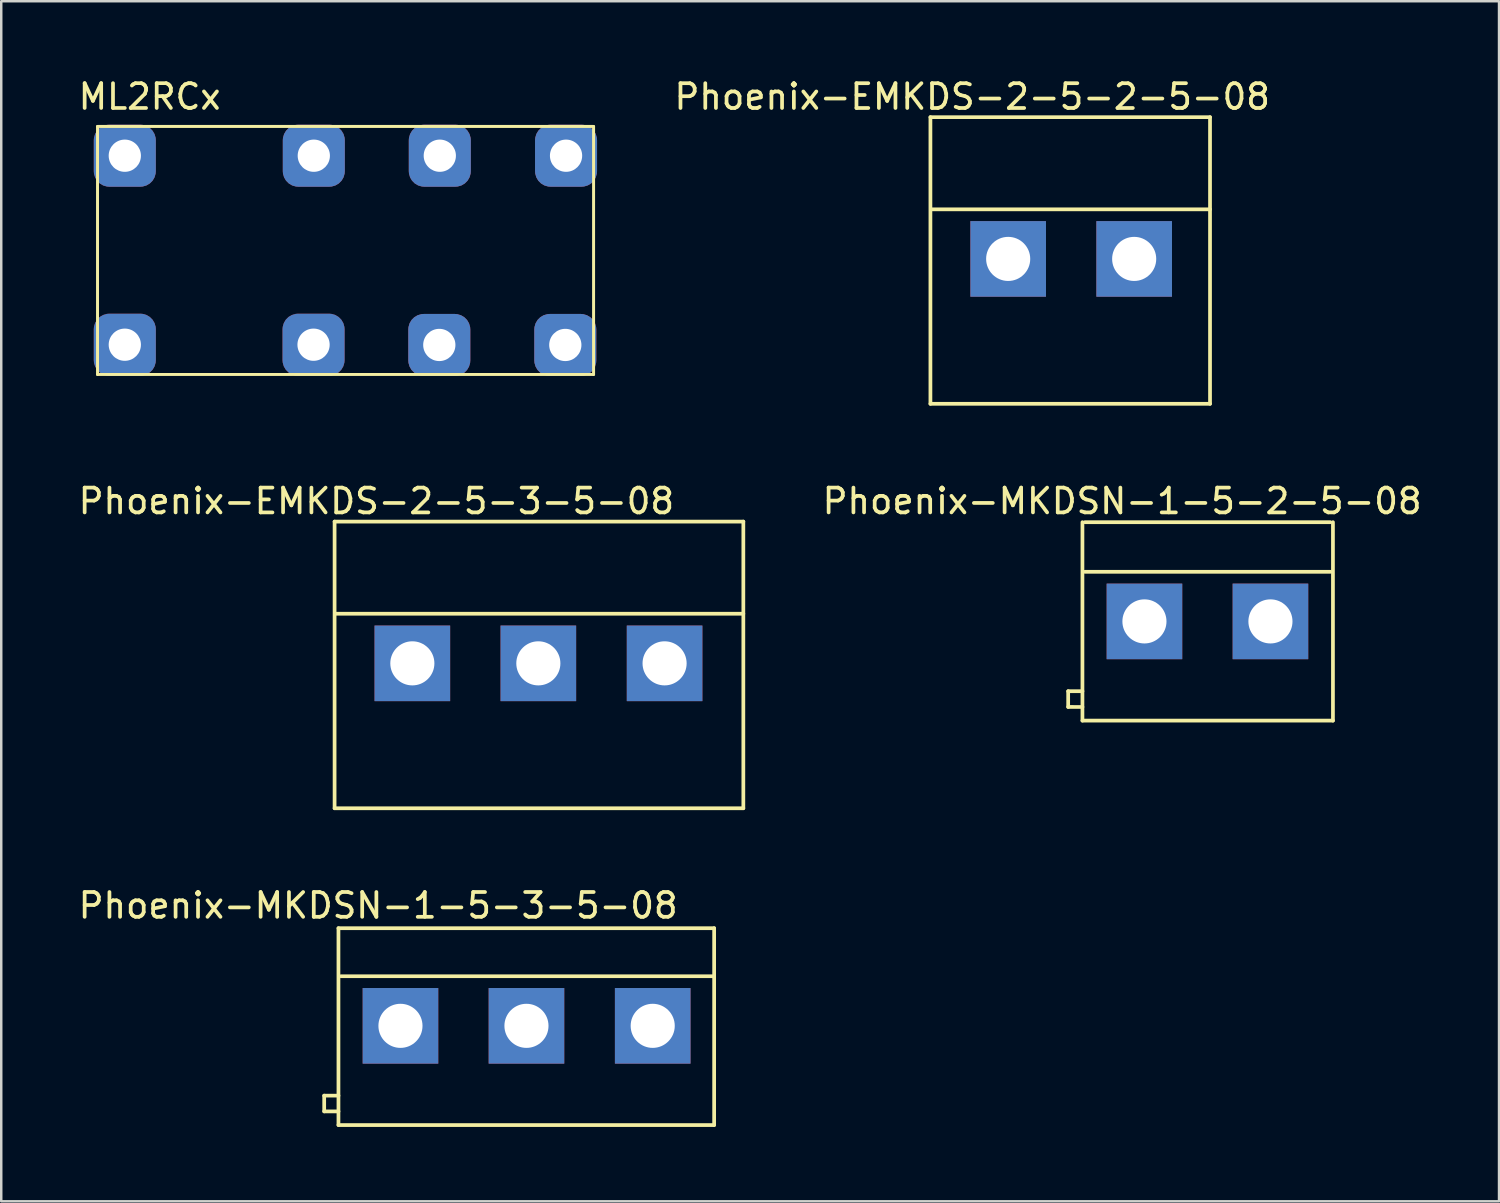
<source format=kicad_pcb>
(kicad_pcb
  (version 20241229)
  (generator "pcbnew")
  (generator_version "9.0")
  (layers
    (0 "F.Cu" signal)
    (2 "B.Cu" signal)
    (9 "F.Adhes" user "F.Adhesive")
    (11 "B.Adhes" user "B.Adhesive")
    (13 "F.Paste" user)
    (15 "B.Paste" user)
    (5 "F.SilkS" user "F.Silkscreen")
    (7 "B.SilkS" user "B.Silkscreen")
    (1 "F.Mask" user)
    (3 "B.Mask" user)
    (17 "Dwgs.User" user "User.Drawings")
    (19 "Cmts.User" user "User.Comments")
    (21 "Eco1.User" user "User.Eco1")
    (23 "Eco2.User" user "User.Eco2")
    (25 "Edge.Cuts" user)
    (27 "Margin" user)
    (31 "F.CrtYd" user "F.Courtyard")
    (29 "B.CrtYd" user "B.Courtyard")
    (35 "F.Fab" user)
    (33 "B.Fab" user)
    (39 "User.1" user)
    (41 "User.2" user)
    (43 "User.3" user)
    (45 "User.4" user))
  (footprint "Phoenix-MKDSN-1-5-3-5-08"
    (layer "F.Cu")
    (at 15.646 38.31)
    (property "Reference" "Phoenix-MKDSN-1-5-3-5-08" (at -3.45 -4.85 0) (layer "F.SilkS") (effects (font (size 1 1) (thickness 0.15))))
    (attr through_hole)
    (fp_line (start -5.625 2.814) (end -5.05 2.814) (stroke (width 0.15) (type solid)) (layer "F.SilkS"))
    (fp_line (start -5.625 3.449) (end -5.625 2.814) (stroke (width 0.15) (type solid)) (layer "F.SilkS"))
    (fp_line (start -5.05 -3.937) (end 10.097 -3.937) (stroke (width 0.15) (type solid)) (layer "F.SilkS"))
    (fp_line (start -5.05 3.45) (end -5.625 3.449) (stroke (width 0.15) (type solid)) (layer "F.SilkS"))
    (fp_line (start -5.05 4) (end -5.05 -3.937) (stroke (width 0.15) (type solid)) (layer "F.SilkS"))
    (fp_line (start -4.95 -2) (end 10.097 -2) (stroke (width 0.15) (type solid)) (layer "F.SilkS"))
    (fp_line (start 10.097 -3.937) (end 10.097 4) (stroke (width 0.15) (type solid)) (layer "F.SilkS"))
    (fp_line (start 10.097 4) (end -5.05 4) (stroke (width 0.15) (type solid)) (layer "F.SilkS"))
    (pad "1" thru_hole rect (at -2.55 0) (size 3.048 3.048) (drill 1.778) (layers "*.Cu" "*.Mask"))
    (pad "2" thru_hole rect (at 2.53 0) (size 3.048 3.048) (drill 1.778) (layers "*.Cu" "*.Mask"))
    (pad "3" thru_hole rect (at 7.62 0) (size 3.048 3.048) (drill 1.778) (layers "*.Cu" "*.Mask")))
  (footprint "ML2RCx"
    (layer "F.Cu")
    (at 10.982 7.048)
    (property "Reference" "ML2RCx" (at -8 -6.2 0) (layer "F.SilkS") (effects (font (size 1 1) (thickness 0.15))))
    (attr through_hole)
    (fp_line (start -10.1 -5) (end 9.9 -5) (stroke (width 0.12) (type solid)) (layer "F.SilkS"))
    (fp_line (start -10.1 5) (end -10.1 -5) (stroke (width 0.12) (type solid)) (layer "F.SilkS"))
    (fp_line (start 9.9 -5) (end 9.9 5) (stroke (width 0.12) (type solid)) (layer "F.SilkS"))
    (fp_line (start 9.9 5) (end -10.1 5) (stroke (width 0.12) (type solid)) (layer "F.SilkS"))
    (pad "1" thru_hole roundrect (at -9 -3.82) (size 2.5 2.5) (drill 1.3) (layers "*.Cu" "*.Mask") (roundrect_rratio 0.25))
    (pad "4" thru_hole roundrect (at 3.7 -3.82) (size 2.5 2.5) (drill 1.3) (layers "*.Cu" "*.Mask") (roundrect_rratio 0.25))
    (pad "5" thru_hole roundrect (at -1.38 -3.82) (size 2.5 2.5) (drill 1.3) (layers "*.Cu" "*.Mask") (roundrect_rratio 0.25))
    (pad "6" thru_hole roundrect (at 8.79 -3.82) (size 2.5 2.5) (drill 1.3) (layers "*.Cu" "*.Mask") (roundrect_rratio 0.25))
    (pad "7" thru_hole roundrect (at 8.76 3.81) (size 2.5 2.5) (drill 1.3) (layers "*.Cu" "*.Mask") (roundrect_rratio 0.25))
    (pad "8" thru_hole roundrect (at -1.39 3.8) (size 2.5 2.5) (drill 1.3) (layers "*.Cu" "*.Mask") (roundrect_rratio 0.25))
    (pad "9" thru_hole roundrect (at 3.68 3.81) (size 2.5 2.5) (drill 1.3) (layers "*.Cu" "*.Mask") (roundrect_rratio 0.25))
    (pad "12" thru_hole roundrect (at -9 3.8) (size 2.5 2.5) (drill 1.3) (layers "*.Cu" "*.Mask") (roundrect_rratio 0.25)))
  (footprint "Phoenix-EMKDS-2-5-3-5-08"
    (layer "F.Cu")
    (at 16.125 23.695)
    (property "Reference" "Phoenix-EMKDS-2-5-3-5-08" (at -4 -6.54 0) (layer "F.SilkS") (effects (font (size 1 1) (thickness 0.15))))
    (attr through_hole)
    (fp_line (start -5.685 -5.715) (end 10.795 -5.715) (stroke (width 0.15) (type solid)) (layer "F.SilkS"))
    (fp_line (start -5.685 5.842) (end -5.685 -5.715) (stroke (width 0.15) (type solid)) (layer "F.SilkS"))
    (fp_line (start -5.652 -2) (end 10.795 -2) (stroke (width 0.15) (type solid)) (layer "F.SilkS"))
    (fp_line (start 10.795 -5.715) (end 10.795 5.842) (stroke (width 0.15) (type solid)) (layer "F.SilkS"))
    (fp_line (start 10.795 5.842) (end -5.685 5.842) (stroke (width 0.15) (type solid)) (layer "F.SilkS"))
    (pad "1" thru_hole rect (at -2.55 0) (size 3.048 3.048) (drill 1.778) (layers "*.Cu" "*.Mask"))
    (pad "2" thru_hole rect (at 2.53 0) (size 3.048 3.048) (drill 1.778) (layers "*.Cu" "*.Mask"))
    (pad "3" thru_hole rect (at 7.62 0) (size 3.048 3.048) (drill 1.778) (layers "*.Cu" "*.Mask")))
  (footprint "Phoenix-MKDSN-1-5-2-5-08"
    (layer "F.Cu")
    (at 45.642 22.004)
    (property "Reference" "Phoenix-MKDSN-1-5-2-5-08" (at -3.45 -4.85 0) (layer "F.SilkS") (effects (font (size 1 1) (thickness 0.15))))
    (attr through_hole)
    (fp_line (start -5.625 2.814) (end -5.05 2.814) (stroke (width 0.15) (type solid)) (layer "F.SilkS"))
    (fp_line (start -5.625 3.449) (end -5.625 2.814) (stroke (width 0.15) (type solid)) (layer "F.SilkS"))
    (fp_line (start -5.05 3.45) (end -5.625 3.449) (stroke (width 0.15) (type solid)) (layer "F.SilkS"))
    (fp_line (start -5.05 4) (end -5.05 -4) (stroke (width 0.15) (type solid)) (layer "F.SilkS"))
    (fp_line (start -4.95 -4) (end 4.943 -4) (stroke (width 0.15) (type solid)) (layer "F.SilkS"))
    (fp_line (start -4.95 -2) (end 4.95 -2) (stroke (width 0.15) (type solid)) (layer "F.SilkS"))
    (fp_line (start 5.05 -4) (end 5.05 4) (stroke (width 0.15) (type solid)) (layer "F.SilkS"))
    (fp_line (start 5.05 4) (end -5.05 4) (stroke (width 0.15) (type solid)) (layer "F.SilkS"))
    (pad "1" thru_hole rect (at -2.55 0) (size 3.048 3.048) (drill 1.778) (layers "*.Cu" "*.Mask"))
    (pad "2" thru_hole rect (at 2.53 0) (size 3.048 3.048) (drill 1.778) (layers "*.Cu" "*.Mask")))
  (footprint "Phoenix-EMKDS-2-5-2-5-08"
    (layer "F.Cu")
    (at 40.148 7.389)
    (property "Reference" "Phoenix-EMKDS-2-5-2-5-08" (at -4 -6.54 0) (layer "F.SilkS") (effects (font (size 1 1) (thickness 0.15))))
    (attr through_hole)
    (fp_line (start -5.685 -5.715) (end 5.588 -5.715) (stroke (width 0.15) (type solid)) (layer "F.SilkS"))
    (fp_line (start -5.685 5.842) (end -5.685 -5.715) (stroke (width 0.15) (type solid)) (layer "F.SilkS"))
    (fp_line (start -5.652 -2) (end 5.588 -2) (stroke (width 0.15) (type solid)) (layer "F.SilkS"))
    (fp_line (start 5.588 -5.715) (end 5.588 5.842) (stroke (width 0.15) (type solid)) (layer "F.SilkS"))
    (fp_line (start 5.588 5.842) (end -5.685 5.842) (stroke (width 0.15) (type solid)) (layer "F.SilkS"))
    (pad "1" thru_hole rect (at -2.55 0) (size 3.048 3.048) (drill 1.778) (layers "*.Cu" "*.Mask"))
    (pad "2" thru_hole rect (at 2.53 0) (size 3.048 3.048) (drill 1.778) (layers "*.Cu" "*.Mask")))
  (gr_rect
    (start -3 -3)
    (end 57.388 45.385)
    (stroke (width 0.1) (type default))
    (fill no)
    (layer "Edge.Cuts")))
</source>
